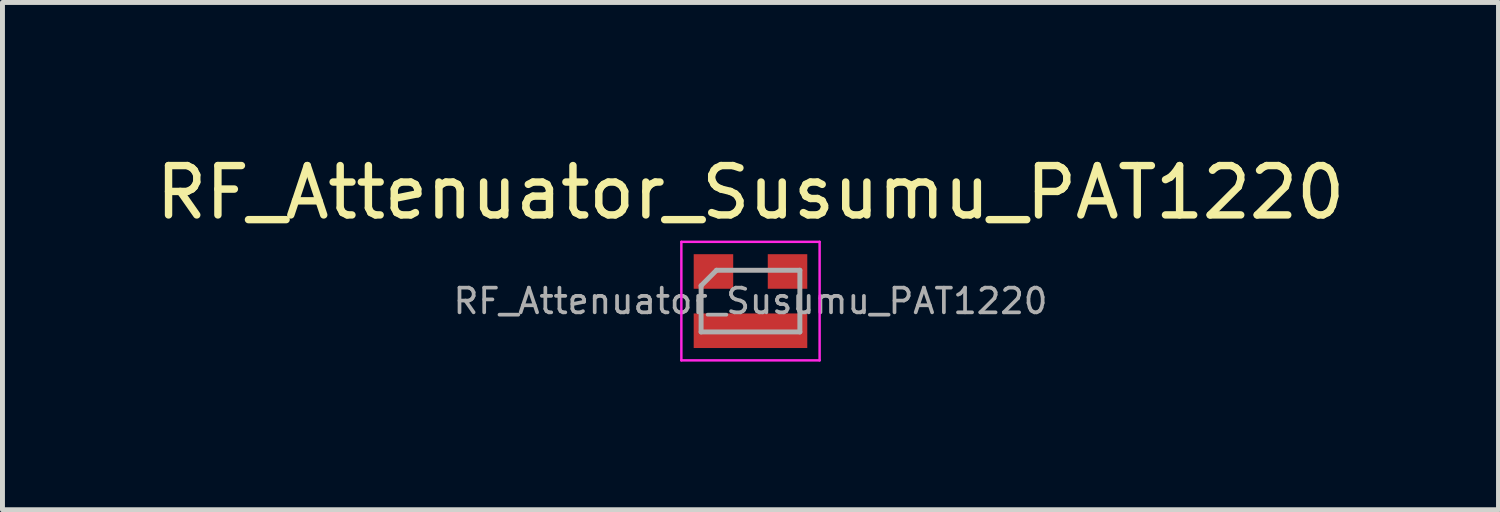
<source format=kicad_pcb>
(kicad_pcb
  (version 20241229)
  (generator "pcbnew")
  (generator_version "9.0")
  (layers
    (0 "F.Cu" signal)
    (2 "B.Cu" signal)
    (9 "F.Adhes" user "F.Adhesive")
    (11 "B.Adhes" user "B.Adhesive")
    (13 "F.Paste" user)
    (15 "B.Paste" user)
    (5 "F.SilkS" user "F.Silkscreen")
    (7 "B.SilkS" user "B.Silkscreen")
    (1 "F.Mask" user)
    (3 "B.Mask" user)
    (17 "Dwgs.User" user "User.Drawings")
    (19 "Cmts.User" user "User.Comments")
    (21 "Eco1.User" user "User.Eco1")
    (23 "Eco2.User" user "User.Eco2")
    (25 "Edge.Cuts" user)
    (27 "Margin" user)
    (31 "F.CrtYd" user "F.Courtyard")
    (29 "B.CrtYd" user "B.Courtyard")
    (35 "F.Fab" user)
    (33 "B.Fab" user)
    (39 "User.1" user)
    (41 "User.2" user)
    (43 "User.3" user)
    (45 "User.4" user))
  (footprint "RF_Attenuator_Susumu_PAT1220"
    (layer "F.Cu")
    (at 12.149 3.048)
    (property "Reference" "RF_Attenuator_Susumu_PAT1220" (at 0 -2.2 0) (layer "F.SilkS") (effects (font (size 1 1) (thickness 0.15))))
    (attr smd)
    (fp_line (start -1.4 -1.2) (end 1.4 -1.2) (stroke (width 0.05) (type solid)) (layer "F.CrtYd"))
    (fp_line (start -1.4 1.2) (end -1.4 -1.2) (stroke (width 0.05) (type solid)) (layer "F.CrtYd"))
    (fp_line (start 1.4 -1.2) (end 1.4 1.2) (stroke (width 0.05) (type solid)) (layer "F.CrtYd"))
    (fp_line (start 1.4 1.2) (end -1.4 1.2) (stroke (width 0.05) (type solid)) (layer "F.CrtYd"))
    (fp_line (start -1 -0.312) (end -0.688 -0.625) (stroke (width 0.1) (type solid)) (layer "F.Fab"))
    (fp_line (start -1 0.625) (end -1 -0.312) (stroke (width 0.1) (type solid)) (layer "F.Fab"))
    (fp_line (start -0.688 -0.625) (end 1 -0.625) (stroke (width 0.1) (type solid)) (layer "F.Fab"))
    (fp_line (start 1 -0.625) (end 1 0.625) (stroke (width 0.1) (type solid)) (layer "F.Fab"))
    (fp_line (start 1 0.625) (end -1 0.625) (stroke (width 0.1) (type solid)) (layer "F.Fab"))
    (fp_text user "${REFERENCE}" (at 0 0 0) (layer "F.Fab") (effects (font (size 0.5 0.5) (thickness 0.075))))
    (pad "1" smd rect (at -0.75 -0.6) (size 0.8 0.7) (layers "F.Cu" "F.Mask" "F.Paste"))
    (pad "2" smd rect (at 0.75 -0.6) (size 0.8 0.7) (layers "F.Cu" "F.Mask" "F.Paste"))
    (pad "3" smd rect (at 0 0.6) (size 2.3 0.7) (layers "F.Cu" "F.Mask" "F.Paste")))
  (gr_rect
    (start -3 -3)
    (end 27.298 7.273)
    (stroke (width 0.1) (type default))
    (fill no)
    (layer "Edge.Cuts")))
</source>
